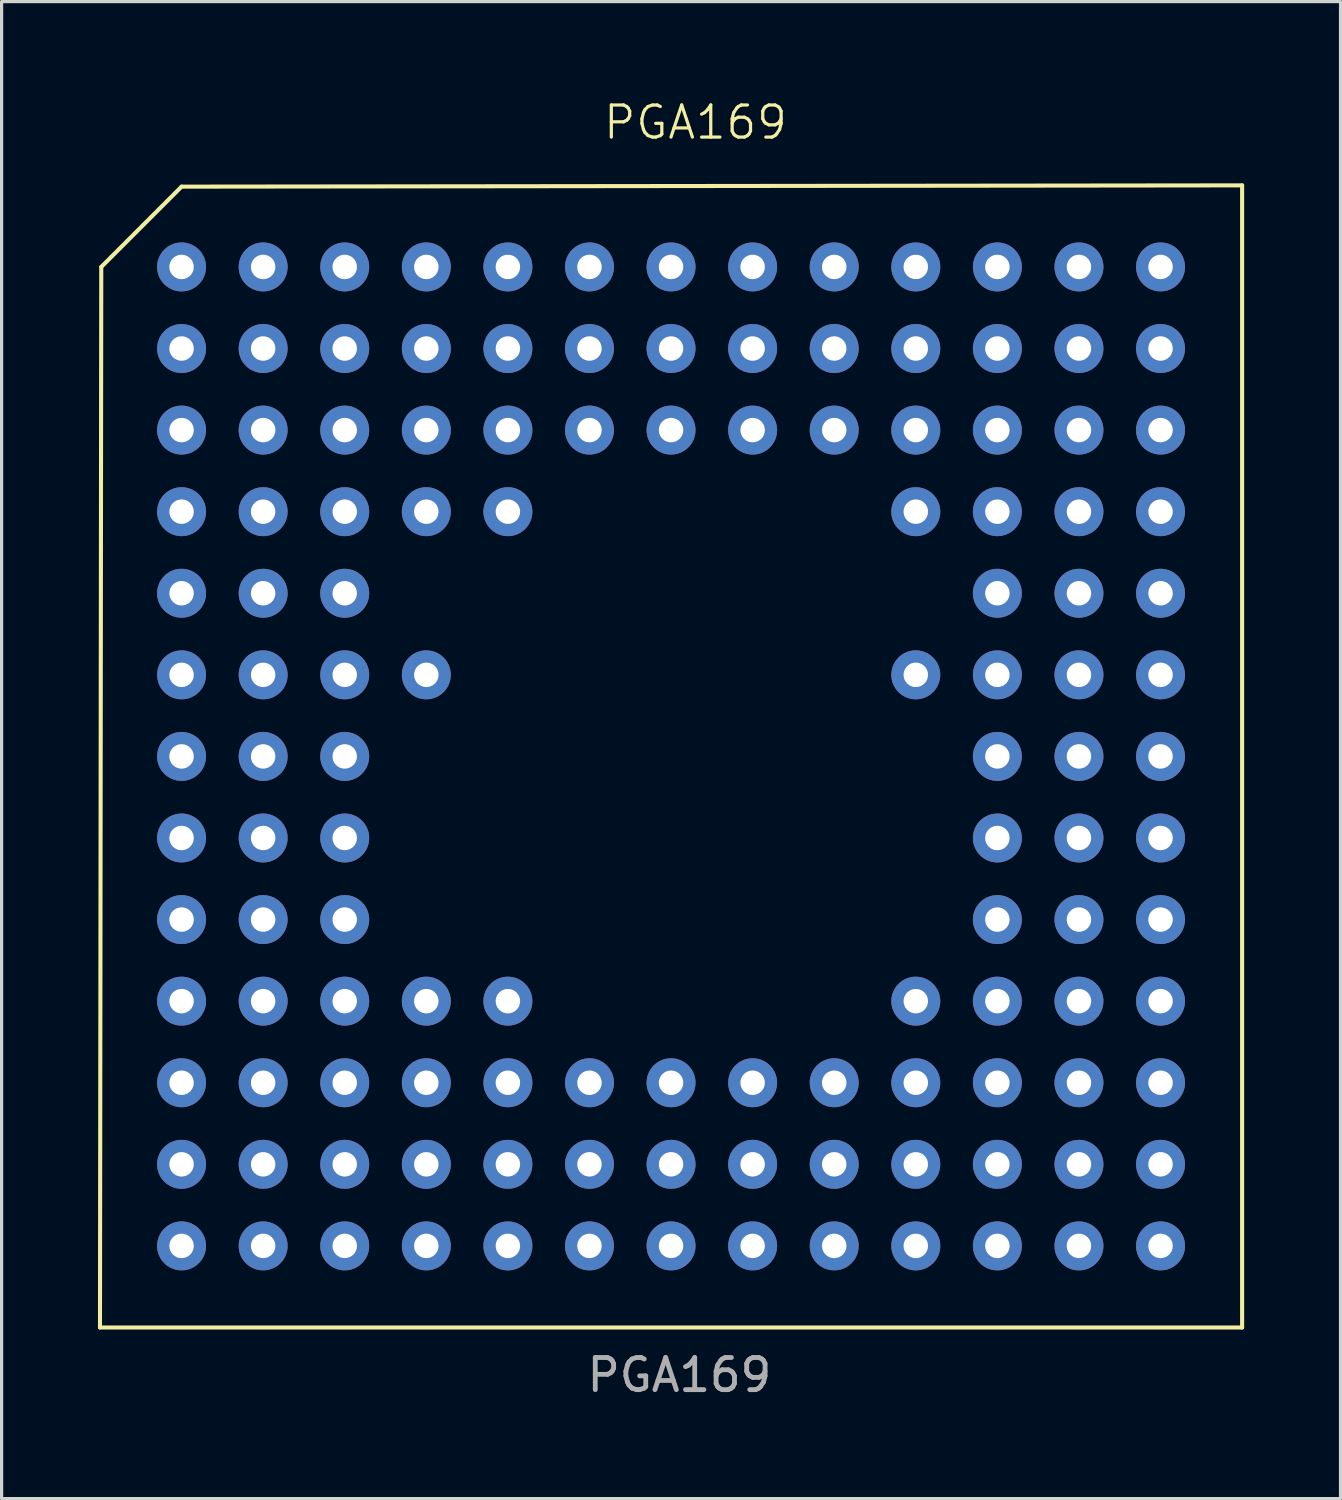
<source format=kicad_pcb>
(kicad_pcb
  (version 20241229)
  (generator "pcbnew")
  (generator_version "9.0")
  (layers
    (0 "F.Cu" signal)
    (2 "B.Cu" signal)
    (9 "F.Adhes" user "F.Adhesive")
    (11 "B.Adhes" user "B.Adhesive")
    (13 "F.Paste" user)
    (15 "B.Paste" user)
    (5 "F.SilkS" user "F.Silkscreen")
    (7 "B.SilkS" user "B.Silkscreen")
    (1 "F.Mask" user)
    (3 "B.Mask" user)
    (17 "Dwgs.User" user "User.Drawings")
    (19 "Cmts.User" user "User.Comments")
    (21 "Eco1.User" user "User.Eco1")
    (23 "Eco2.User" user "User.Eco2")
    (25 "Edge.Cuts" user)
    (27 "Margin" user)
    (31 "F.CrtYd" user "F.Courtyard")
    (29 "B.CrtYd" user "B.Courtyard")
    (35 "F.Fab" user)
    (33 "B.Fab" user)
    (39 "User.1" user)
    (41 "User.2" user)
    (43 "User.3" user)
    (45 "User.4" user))
  (footprint "PGA169"
    (layer "F.Cu")
    (at 2.603 5.261)
    (property "Reference" "PGA169" (at 16 -4.5 0) (unlocked yes) (layer "F.SilkS") (effects (font (size 1 1) (thickness 0.1))))
    (attr through_hole)
    (fp_line (start -2.54 33.02) (end -2.5 0) (stroke (width 0.127) (type default)) (layer "F.SilkS"))
    (fp_line (start -2.5 0) (end 0 -2.5) (stroke (width 0.127) (type default)) (layer "F.SilkS"))
    (fp_line (start 0 -2.5) (end 33.02 -2.54) (stroke (width 0.127) (type default)) (layer "F.SilkS"))
    (fp_line (start 33.02 -2.54) (end 33.02 33.02) (stroke (width 0.127) (type default)) (layer "F.SilkS"))
    (fp_line (start 33.02 33.02) (end -2.54 33.02) (stroke (width 0.127) (type default)) (layer "F.SilkS"))
    (fp_text user "${REFERENCE}" (at 15.5 34.5 0) (unlocked yes) (layer "F.Fab") (effects (font (size 1 1) (thickness 0.15))))
    (pad "A1" thru_hole circle (at 0 0) (size 1.524 1.524) (drill 0.762) (layers "*.Cu" "*.Mask"))
    (pad "A2" thru_hole circle (at 2.54 0) (size 1.524 1.524) (drill 0.762) (layers "*.Cu" "*.Mask"))
    (pad "A3" thru_hole circle (at 5.08 0) (size 1.524 1.524) (drill 0.762) (layers "*.Cu" "*.Mask"))
    (pad "A4" thru_hole circle (at 7.62 0) (size 1.524 1.524) (drill 0.762) (layers "*.Cu" "*.Mask"))
    (pad "A5" thru_hole circle (at 10.16 0) (size 1.524 1.524) (drill 0.762) (layers "*.Cu" "*.Mask"))
    (pad "A6" thru_hole circle (at 12.7 0) (size 1.524 1.524) (drill 0.762) (layers "*.Cu" "*.Mask"))
    (pad "A7" thru_hole circle (at 15.24 0) (size 1.524 1.524) (drill 0.762) (layers "*.Cu" "*.Mask"))
    (pad "A8" thru_hole circle (at 17.78 0) (size 1.524 1.524) (drill 0.762) (layers "*.Cu" "*.Mask"))
    (pad "A9" thru_hole circle (at 20.32 0) (size 1.524 1.524) (drill 0.762) (layers "*.Cu" "*.Mask"))
    (pad "A10" thru_hole circle (at 22.86 0) (size 1.524 1.524) (drill 0.762) (layers "*.Cu" "*.Mask"))
    (pad "A11" thru_hole circle (at 25.4 0) (size 1.524 1.524) (drill 0.762) (layers "*.Cu" "*.Mask"))
    (pad "A12" thru_hole circle (at 27.94 0) (size 1.524 1.524) (drill 0.762) (layers "*.Cu" "*.Mask"))
    (pad "A13" thru_hole circle (at 30.48 0) (size 1.524 1.524) (drill 0.762) (layers "*.Cu" "*.Mask"))
    (pad "B1" thru_hole circle (at 0 2.54) (size 1.524 1.524) (drill 0.762) (layers "*.Cu" "*.Mask"))
    (pad "B2" thru_hole circle (at 2.54 2.54) (size 1.524 1.524) (drill 0.762) (layers "*.Cu" "*.Mask"))
    (pad "B3" thru_hole circle (at 5.08 2.54) (size 1.524 1.524) (drill 0.762) (layers "*.Cu" "*.Mask"))
    (pad "B4" thru_hole circle (at 7.62 2.54) (size 1.524 1.524) (drill 0.762) (layers "*.Cu" "*.Mask"))
    (pad "B5" thru_hole circle (at 10.16 2.54) (size 1.524 1.524) (drill 0.762) (layers "*.Cu" "*.Mask"))
    (pad "B6" thru_hole circle (at 12.7 2.54) (size 1.524 1.524) (drill 0.762) (layers "*.Cu" "*.Mask"))
    (pad "B7" thru_hole circle (at 15.24 2.54) (size 1.524 1.524) (drill 0.762) (layers "*.Cu" "*.Mask"))
    (pad "B8" thru_hole circle (at 17.78 2.54) (size 1.524 1.524) (drill 0.762) (layers "*.Cu" "*.Mask"))
    (pad "B9" thru_hole circle (at 20.32 2.54) (size 1.524 1.524) (drill 0.762) (layers "*.Cu" "*.Mask"))
    (pad "B10" thru_hole circle (at 22.86 2.54) (size 1.524 1.524) (drill 0.762) (layers "*.Cu" "*.Mask"))
    (pad "B11" thru_hole circle (at 25.4 2.54) (size 1.524 1.524) (drill 0.762) (layers "*.Cu" "*.Mask"))
    (pad "B12" thru_hole circle (at 27.94 2.54) (size 1.524 1.524) (drill 0.762) (layers "*.Cu" "*.Mask"))
    (pad "B13" thru_hole circle (at 30.48 2.54) (size 1.524 1.524) (drill 0.762) (layers "*.Cu" "*.Mask"))
    (pad "C1" thru_hole circle (at 0 5.08) (size 1.524 1.524) (drill 0.762) (layers "*.Cu" "*.Mask"))
    (pad "C2" thru_hole circle (at 2.54 5.08) (size 1.524 1.524) (drill 0.762) (layers "*.Cu" "*.Mask"))
    (pad "C3" thru_hole circle (at 5.08 5.08) (size 1.524 1.524) (drill 0.762) (layers "*.Cu" "*.Mask"))
    (pad "C4" thru_hole circle (at 7.62 5.08) (size 1.524 1.524) (drill 0.762) (layers "*.Cu" "*.Mask"))
    (pad "C5" thru_hole circle (at 10.16 5.08) (size 1.524 1.524) (drill 0.762) (layers "*.Cu" "*.Mask"))
    (pad "C6" thru_hole circle (at 12.7 5.08) (size 1.524 1.524) (drill 0.762) (layers "*.Cu" "*.Mask"))
    (pad "C7" thru_hole circle (at 15.24 5.08) (size 1.524 1.524) (drill 0.762) (layers "*.Cu" "*.Mask"))
    (pad "C8" thru_hole circle (at 17.78 5.08) (size 1.524 1.524) (drill 0.762) (layers "*.Cu" "*.Mask"))
    (pad "C9" thru_hole circle (at 20.32 5.08) (size 1.524 1.524) (drill 0.762) (layers "*.Cu" "*.Mask"))
    (pad "C10" thru_hole circle (at 22.86 5.08) (size 1.524 1.524) (drill 0.762) (layers "*.Cu" "*.Mask"))
    (pad "C11" thru_hole circle (at 25.4 5.08) (size 1.524 1.524) (drill 0.762) (layers "*.Cu" "*.Mask"))
    (pad "C12" thru_hole circle (at 27.94 5.08) (size 1.524 1.524) (drill 0.762) (layers "*.Cu" "*.Mask"))
    (pad "C13" thru_hole circle (at 30.48 5.08) (size 1.524 1.524) (drill 0.762) (layers "*.Cu" "*.Mask"))
    (pad "D1" thru_hole circle (at 0 7.62) (size 1.524 1.524) (drill 0.762) (layers "*.Cu" "*.Mask"))
    (pad "D2" thru_hole circle (at 2.54 7.62) (size 1.524 1.524) (drill 0.762) (layers "*.Cu" "*.Mask"))
    (pad "D3" thru_hole circle (at 5.08 7.62) (size 1.524 1.524) (drill 0.762) (layers "*.Cu" "*.Mask"))
    (pad "D4" thru_hole circle (at 7.62 7.62) (size 1.524 1.524) (drill 0.762) (layers "*.Cu" "*.Mask"))
    (pad "D5" thru_hole circle (at 10.16 7.62) (size 1.524 1.524) (drill 0.762) (layers "*.Cu" "*.Mask"))
    (pad "D10" thru_hole circle (at 22.86 7.62) (size 1.524 1.524) (drill 0.762) (layers "*.Cu" "*.Mask"))
    (pad "D11" thru_hole circle (at 25.4 7.62) (size 1.524 1.524) (drill 0.762) (layers "*.Cu" "*.Mask"))
    (pad "D12" thru_hole circle (at 27.94 7.62) (size 1.524 1.524) (drill 0.762) (layers "*.Cu" "*.Mask"))
    (pad "D13" thru_hole circle (at 30.48 7.62) (size 1.524 1.524) (drill 0.762) (layers "*.Cu" "*.Mask"))
    (pad "E1" thru_hole circle (at 0 10.16) (size 1.524 1.524) (drill 0.762) (layers "*.Cu" "*.Mask"))
    (pad "E2" thru_hole circle (at 2.54 10.16) (size 1.524 1.524) (drill 0.762) (layers "*.Cu" "*.Mask"))
    (pad "E3" thru_hole circle (at 5.08 10.16) (size 1.524 1.524) (drill 0.762) (layers "*.Cu" "*.Mask"))
    (pad "E11" thru_hole circle (at 25.4 10.16) (size 1.524 1.524) (drill 0.762) (layers "*.Cu" "*.Mask"))
    (pad "E12" thru_hole circle (at 27.94 10.16) (size 1.524 1.524) (drill 0.762) (layers "*.Cu" "*.Mask"))
    (pad "E13" thru_hole circle (at 30.48 10.16) (size 1.524 1.524) (drill 0.762) (layers "*.Cu" "*.Mask"))
    (pad "F1" thru_hole circle (at 0 12.7) (size 1.524 1.524) (drill 0.762) (layers "*.Cu" "*.Mask"))
    (pad "F2" thru_hole circle (at 2.54 12.7) (size 1.524 1.524) (drill 0.762) (layers "*.Cu" "*.Mask"))
    (pad "F3" thru_hole circle (at 5.08 12.7) (size 1.524 1.524) (drill 0.762) (layers "*.Cu" "*.Mask"))
    (pad "F4" thru_hole circle (at 7.62 12.7) (size 1.524 1.524) (drill 0.762) (layers "*.Cu" "*.Mask"))
    (pad "F10" thru_hole circle (at 22.86 12.7) (size 1.524 1.524) (drill 0.762) (layers "*.Cu" "*.Mask"))
    (pad "F11" thru_hole circle (at 25.4 12.7) (size 1.524 1.524) (drill 0.762) (layers "*.Cu" "*.Mask"))
    (pad "F12" thru_hole circle (at 27.94 12.7) (size 1.524 1.524) (drill 0.762) (layers "*.Cu" "*.Mask"))
    (pad "F13" thru_hole circle (at 30.48 12.7) (size 1.524 1.524) (drill 0.762) (layers "*.Cu" "*.Mask"))
    (pad "G1" thru_hole circle (at 0 15.24) (size 1.524 1.524) (drill 0.762) (layers "*.Cu" "*.Mask"))
    (pad "G2" thru_hole circle (at 2.54 15.24) (size 1.524 1.524) (drill 0.762) (layers "*.Cu" "*.Mask"))
    (pad "G3" thru_hole circle (at 5.08 15.24) (size 1.524 1.524) (drill 0.762) (layers "*.Cu" "*.Mask"))
    (pad "G11" thru_hole circle (at 25.4 15.24) (size 1.524 1.524) (drill 0.762) (layers "*.Cu" "*.Mask"))
    (pad "G12" thru_hole circle (at 27.94 15.24) (size 1.524 1.524) (drill 0.762) (layers "*.Cu" "*.Mask"))
    (pad "G13" thru_hole circle (at 30.48 15.24) (size 1.524 1.524) (drill 0.762) (layers "*.Cu" "*.Mask"))
    (pad "H1" thru_hole circle (at 0 17.78) (size 1.524 1.524) (drill 0.762) (layers "*.Cu" "*.Mask"))
    (pad "H2" thru_hole circle (at 2.54 17.78) (size 1.524 1.524) (drill 0.762) (layers "*.Cu" "*.Mask"))
    (pad "H3" thru_hole circle (at 5.08 17.78) (size 1.524 1.524) (drill 0.762) (layers "*.Cu" "*.Mask"))
    (pad "H11" thru_hole circle (at 25.4 17.78) (size 1.524 1.524) (drill 0.762) (layers "*.Cu" "*.Mask"))
    (pad "H12" thru_hole circle (at 27.94 17.78) (size 1.524 1.524) (drill 0.762) (layers "*.Cu" "*.Mask"))
    (pad "H13" thru_hole circle (at 30.48 17.78) (size 1.524 1.524) (drill 0.762) (layers "*.Cu" "*.Mask"))
    (pad "J1" thru_hole circle (at 0 20.32) (size 1.524 1.524) (drill 0.762) (layers "*.Cu" "*.Mask"))
    (pad "J2" thru_hole circle (at 2.54 20.32) (size 1.524 1.524) (drill 0.762) (layers "*.Cu" "*.Mask"))
    (pad "J3" thru_hole circle (at 5.08 20.32) (size 1.524 1.524) (drill 0.762) (layers "*.Cu" "*.Mask"))
    (pad "J11" thru_hole circle (at 25.4 20.32) (size 1.524 1.524) (drill 0.762) (layers "*.Cu" "*.Mask"))
    (pad "J12" thru_hole circle (at 27.94 20.32) (size 1.524 1.524) (drill 0.762) (layers "*.Cu" "*.Mask"))
    (pad "J13" thru_hole circle (at 30.48 20.32) (size 1.524 1.524) (drill 0.762) (layers "*.Cu" "*.Mask"))
    (pad "K1" thru_hole circle (at 0 22.86) (size 1.524 1.524) (drill 0.762) (layers "*.Cu" "*.Mask"))
    (pad "K2" thru_hole circle (at 2.54 22.86) (size 1.524 1.524) (drill 0.762) (layers "*.Cu" "*.Mask"))
    (pad "K3" thru_hole circle (at 5.08 22.86) (size 1.524 1.524) (drill 0.762) (layers "*.Cu" "*.Mask"))
    (pad "K4" thru_hole circle (at 7.62 22.86) (size 1.524 1.524) (drill 0.762) (layers "*.Cu" "*.Mask"))
    (pad "K5" thru_hole circle (at 10.16 22.86) (size 1.524 1.524) (drill 0.762) (layers "*.Cu" "*.Mask"))
    (pad "K10" thru_hole circle (at 22.86 22.86) (size 1.524 1.524) (drill 0.762) (layers "*.Cu" "*.Mask"))
    (pad "K11" thru_hole circle (at 25.4 22.86) (size 1.524 1.524) (drill 0.762) (layers "*.Cu" "*.Mask"))
    (pad "K12" thru_hole circle (at 27.94 22.86) (size 1.524 1.524) (drill 0.762) (layers "*.Cu" "*.Mask"))
    (pad "K13" thru_hole circle (at 30.48 22.86) (size 1.524 1.524) (drill 0.762) (layers "*.Cu" "*.Mask"))
    (pad "L1" thru_hole circle (at 0 25.4) (size 1.524 1.524) (drill 0.762) (layers "*.Cu" "*.Mask"))
    (pad "L2" thru_hole circle (at 2.54 25.4) (size 1.524 1.524) (drill 0.762) (layers "*.Cu" "*.Mask"))
    (pad "L3" thru_hole circle (at 5.08 25.4) (size 1.524 1.524) (drill 0.762) (layers "*.Cu" "*.Mask"))
    (pad "L4" thru_hole circle (at 7.62 25.4) (size 1.524 1.524) (drill 0.762) (layers "*.Cu" "*.Mask"))
    (pad "L5" thru_hole circle (at 10.16 25.4) (size 1.524 1.524) (drill 0.762) (layers "*.Cu" "*.Mask"))
    (pad "L6" thru_hole circle (at 12.7 25.4) (size 1.524 1.524) (drill 0.762) (layers "*.Cu" "*.Mask"))
    (pad "L7" thru_hole circle (at 15.24 25.4) (size 1.524 1.524) (drill 0.762) (layers "*.Cu" "*.Mask"))
    (pad "L8" thru_hole circle (at 17.78 25.4) (size 1.524 1.524) (drill 0.762) (layers "*.Cu" "*.Mask"))
    (pad "L9" thru_hole circle (at 20.32 25.4) (size 1.524 1.524) (drill 0.762) (layers "*.Cu" "*.Mask"))
    (pad "L10" thru_hole circle (at 22.86 25.4) (size 1.524 1.524) (drill 0.762) (layers "*.Cu" "*.Mask"))
    (pad "L11" thru_hole circle (at 25.4 25.4) (size 1.524 1.524) (drill 0.762) (layers "*.Cu" "*.Mask"))
    (pad "L12" thru_hole circle (at 27.94 25.4) (size 1.524 1.524) (drill 0.762) (layers "*.Cu" "*.Mask"))
    (pad "L13" thru_hole circle (at 30.48 25.4) (size 1.524 1.524) (drill 0.762) (layers "*.Cu" "*.Mask"))
    (pad "M1" thru_hole circle (at 0 27.94) (size 1.524 1.524) (drill 0.762) (layers "*.Cu" "*.Mask"))
    (pad "M2" thru_hole circle (at 2.54 27.94) (size 1.524 1.524) (drill 0.762) (layers "*.Cu" "*.Mask"))
    (pad "M3" thru_hole circle (at 5.08 27.94) (size 1.524 1.524) (drill 0.762) (layers "*.Cu" "*.Mask"))
    (pad "M4" thru_hole circle (at 7.62 27.94) (size 1.524 1.524) (drill 0.762) (layers "*.Cu" "*.Mask"))
    (pad "M5" thru_hole circle (at 10.16 27.94) (size 1.524 1.524) (drill 0.762) (layers "*.Cu" "*.Mask"))
    (pad "M6" thru_hole circle (at 12.7 27.94) (size 1.524 1.524) (drill 0.762) (layers "*.Cu" "*.Mask"))
    (pad "M7" thru_hole circle (at 15.24 27.94) (size 1.524 1.524) (drill 0.762) (layers "*.Cu" "*.Mask"))
    (pad "M8" thru_hole circle (at 17.78 27.94) (size 1.524 1.524) (drill 0.762) (layers "*.Cu" "*.Mask"))
    (pad "M9" thru_hole circle (at 20.32 27.94) (size 1.524 1.524) (drill 0.762) (layers "*.Cu" "*.Mask"))
    (pad "M10" thru_hole circle (at 22.86 27.94) (size 1.524 1.524) (drill 0.762) (layers "*.Cu" "*.Mask"))
    (pad "M11" thru_hole circle (at 25.4 27.94) (size 1.524 1.524) (drill 0.762) (layers "*.Cu" "*.Mask"))
    (pad "M12" thru_hole circle (at 27.94 27.94) (size 1.524 1.524) (drill 0.762) (layers "*.Cu" "*.Mask"))
    (pad "M13" thru_hole circle (at 30.48 27.94) (size 1.524 1.524) (drill 0.762) (layers "*.Cu" "*.Mask"))
    (pad "N1" thru_hole circle (at 0 30.48) (size 1.524 1.524) (drill 0.762) (layers "*.Cu" "*.Mask"))
    (pad "N2" thru_hole circle (at 2.54 30.48) (size 1.524 1.524) (drill 0.762) (layers "*.Cu" "*.Mask"))
    (pad "N3" thru_hole circle (at 5.08 30.48) (size 1.524 1.524) (drill 0.762) (layers "*.Cu" "*.Mask"))
    (pad "N4" thru_hole circle (at 7.62 30.48) (size 1.524 1.524) (drill 0.762) (layers "*.Cu" "*.Mask"))
    (pad "N5" thru_hole circle (at 10.16 30.48) (size 1.524 1.524) (drill 0.762) (layers "*.Cu" "*.Mask"))
    (pad "N6" thru_hole circle (at 12.7 30.48) (size 1.524 1.524) (drill 0.762) (layers "*.Cu" "*.Mask"))
    (pad "N7" thru_hole circle (at 15.24 30.48) (size 1.524 1.524) (drill 0.762) (layers "*.Cu" "*.Mask"))
    (pad "N8" thru_hole circle (at 17.78 30.48) (size 1.524 1.524) (drill 0.762) (layers "*.Cu" "*.Mask"))
    (pad "N9" thru_hole circle (at 20.32 30.48) (size 1.524 1.524) (drill 0.762) (layers "*.Cu" "*.Mask"))
    (pad "N10" thru_hole circle (at 22.86 30.48) (size 1.524 1.524) (drill 0.762) (layers "*.Cu" "*.Mask"))
    (pad "N11" thru_hole circle (at 25.4 30.48) (size 1.524 1.524) (drill 0.762) (layers "*.Cu" "*.Mask"))
    (pad "N12" thru_hole circle (at 27.94 30.48) (size 1.524 1.524) (drill 0.762) (layers "*.Cu" "*.Mask"))
    (pad "N13" thru_hole circle (at 30.48 30.48) (size 1.524 1.524) (drill 0.762) (layers "*.Cu" "*.Mask")))
  (gr_rect
    (start -3 -3)
    (end 38.687 43.609)
    (stroke (width 0.1) (type default))
    (fill no)
    (layer "Edge.Cuts")))
</source>
